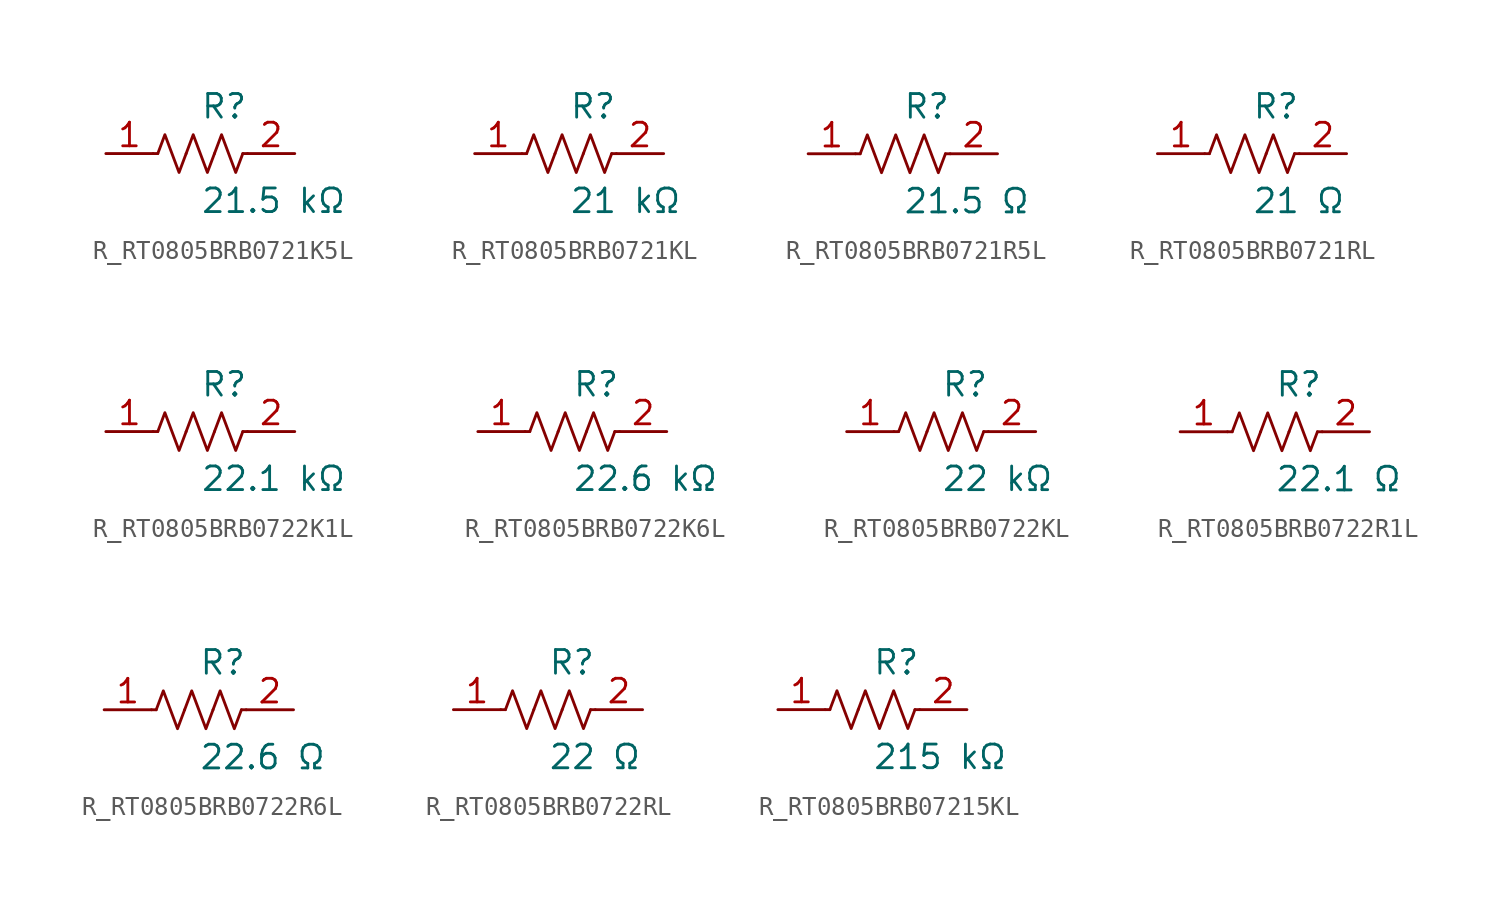
<source format=kicad_sym>
(kicad_symbol_lib
  (version 20231120)
  (generator kicad_symbol_editor)
  (generator_version 8.0)
  (symbol "R_RT0805BRB0721K5L"
    (pin_names
      (offset 0.254))
    (property "Reference" "R"
      (at 0 2.54 0)
      (effects (font (size 1.27 1.27)) (justify left)))
    (property "Value" "21.5 kΩ"
      (at 0 -2.54 0)
      (effects (font (size 1.27 1.27)) (justify left)))
    (symbol "R_RT0805BRB0721K5L_0_1"
      (polyline (pts (xy 2.286 0) (xy 2.54 0)) (stroke (width 0) (type default)) (fill (type none)))
      (polyline (pts (xy -2.286 0) (xy -2.54 0)) (stroke (width 0) (type default)) (fill (type none)))
      (polyline (pts (xy 0.762 0) (xy 1.143 1.016) (xy 1.524 0) (xy 1.905 -1.016) (xy 2.286 0)) (stroke (width 0) (type default)) (fill (type none)))
      (polyline (pts (xy -0.762 0) (xy -0.381 1.016) (xy 0 0) (xy 0.381 -1.016) (xy 0.762 0)) (stroke (width 0) (type default)) (fill (type none)))
      (polyline (pts (xy -2.286 0) (xy -1.905 1.016) (xy -1.524 0) (xy -1.143 -1.016) (xy -0.762 0)) (stroke (width 0) (type default)) (fill (type none))))
    (pin unspecified line
      (at -5.08 0 0)
      (length 2.54)
      (name "" (effects (font (size 1.27 1.27))))
      (number "1" (effects (font (size 1.27 1.27)))))
    (pin unspecified line
      (at 5.08 0 180)
      (length 2.54)
      (name "" (effects (font (size 1.27 1.27))))
      (number "2" (effects (font (size 1.27 1.27))))))
  (symbol "R_RT0805BRB0721KL"
    (pin_names
      (offset 0.254))
    (property "Reference" "R"
      (at 0 2.54 0)
      (effects (font (size 1.27 1.27)) (justify left)))
    (property "Value" "21 kΩ"
      (at 0 -2.54 0)
      (effects (font (size 1.27 1.27)) (justify left)))
    (symbol "R_RT0805BRB0721KL_0_1"
      (polyline (pts (xy 2.286 0) (xy 2.54 0)) (stroke (width 0) (type default)) (fill (type none)))
      (polyline (pts (xy -2.286 0) (xy -2.54 0)) (stroke (width 0) (type default)) (fill (type none)))
      (polyline (pts (xy 0.762 0) (xy 1.143 1.016) (xy 1.524 0) (xy 1.905 -1.016) (xy 2.286 0)) (stroke (width 0) (type default)) (fill (type none)))
      (polyline (pts (xy -0.762 0) (xy -0.381 1.016) (xy 0 0) (xy 0.381 -1.016) (xy 0.762 0)) (stroke (width 0) (type default)) (fill (type none)))
      (polyline (pts (xy -2.286 0) (xy -1.905 1.016) (xy -1.524 0) (xy -1.143 -1.016) (xy -0.762 0)) (stroke (width 0) (type default)) (fill (type none))))
    (pin unspecified line
      (at -5.08 0 0)
      (length 2.54)
      (name "" (effects (font (size 1.27 1.27))))
      (number "1" (effects (font (size 1.27 1.27)))))
    (pin unspecified line
      (at 5.08 0 180)
      (length 2.54)
      (name "" (effects (font (size 1.27 1.27))))
      (number "2" (effects (font (size 1.27 1.27))))))
  (symbol "R_RT0805BRB0721R5L"
    (pin_names
      (offset 0.254))
    (property "Reference" "R"
      (at 0 2.54 0)
      (effects (font (size 1.27 1.27)) (justify left)))
    (property "Value" "21.5 Ω"
      (at 0 -2.54 0)
      (effects (font (size 1.27 1.27)) (justify left)))
    (symbol "R_RT0805BRB0721R5L_0_1"
      (polyline (pts (xy 2.286 0) (xy 2.54 0)) (stroke (width 0) (type default)) (fill (type none)))
      (polyline (pts (xy -2.286 0) (xy -2.54 0)) (stroke (width 0) (type default)) (fill (type none)))
      (polyline (pts (xy 0.762 0) (xy 1.143 1.016) (xy 1.524 0) (xy 1.905 -1.016) (xy 2.286 0)) (stroke (width 0) (type default)) (fill (type none)))
      (polyline (pts (xy -0.762 0) (xy -0.381 1.016) (xy 0 0) (xy 0.381 -1.016) (xy 0.762 0)) (stroke (width 0) (type default)) (fill (type none)))
      (polyline (pts (xy -2.286 0) (xy -1.905 1.016) (xy -1.524 0) (xy -1.143 -1.016) (xy -0.762 0)) (stroke (width 0) (type default)) (fill (type none))))
    (pin unspecified line
      (at -5.08 0 0)
      (length 2.54)
      (name "" (effects (font (size 1.27 1.27))))
      (number "1" (effects (font (size 1.27 1.27)))))
    (pin unspecified line
      (at 5.08 0 180)
      (length 2.54)
      (name "" (effects (font (size 1.27 1.27))))
      (number "2" (effects (font (size 1.27 1.27))))))
  (symbol "R_RT0805BRB0721RL"
    (pin_names
      (offset 0.254))
    (property "Reference" "R"
      (at 0 2.54 0)
      (effects (font (size 1.27 1.27)) (justify left)))
    (property "Value" "21 Ω"
      (at 0 -2.54 0)
      (effects (font (size 1.27 1.27)) (justify left)))
    (symbol "R_RT0805BRB0721RL_0_1"
      (polyline (pts (xy 2.286 0) (xy 2.54 0)) (stroke (width 0) (type default)) (fill (type none)))
      (polyline (pts (xy -2.286 0) (xy -2.54 0)) (stroke (width 0) (type default)) (fill (type none)))
      (polyline (pts (xy 0.762 0) (xy 1.143 1.016) (xy 1.524 0) (xy 1.905 -1.016) (xy 2.286 0)) (stroke (width 0) (type default)) (fill (type none)))
      (polyline (pts (xy -0.762 0) (xy -0.381 1.016) (xy 0 0) (xy 0.381 -1.016) (xy 0.762 0)) (stroke (width 0) (type default)) (fill (type none)))
      (polyline (pts (xy -2.286 0) (xy -1.905 1.016) (xy -1.524 0) (xy -1.143 -1.016) (xy -0.762 0)) (stroke (width 0) (type default)) (fill (type none))))
    (pin unspecified line
      (at -5.08 0 0)
      (length 2.54)
      (name "" (effects (font (size 1.27 1.27))))
      (number "1" (effects (font (size 1.27 1.27)))))
    (pin unspecified line
      (at 5.08 0 180)
      (length 2.54)
      (name "" (effects (font (size 1.27 1.27))))
      (number "2" (effects (font (size 1.27 1.27))))))
  (symbol "R_RT0805BRB0722K1L"
    (pin_names
      (offset 0.254))
    (property "Reference" "R"
      (at 0 2.54 0)
      (effects (font (size 1.27 1.27)) (justify left)))
    (property "Value" "22.1 kΩ"
      (at 0 -2.54 0)
      (effects (font (size 1.27 1.27)) (justify left)))
    (symbol "R_RT0805BRB0722K1L_0_1"
      (polyline (pts (xy 2.286 0) (xy 2.54 0)) (stroke (width 0) (type default)) (fill (type none)))
      (polyline (pts (xy -2.286 0) (xy -2.54 0)) (stroke (width 0) (type default)) (fill (type none)))
      (polyline (pts (xy 0.762 0) (xy 1.143 1.016) (xy 1.524 0) (xy 1.905 -1.016) (xy 2.286 0)) (stroke (width 0) (type default)) (fill (type none)))
      (polyline (pts (xy -0.762 0) (xy -0.381 1.016) (xy 0 0) (xy 0.381 -1.016) (xy 0.762 0)) (stroke (width 0) (type default)) (fill (type none)))
      (polyline (pts (xy -2.286 0) (xy -1.905 1.016) (xy -1.524 0) (xy -1.143 -1.016) (xy -0.762 0)) (stroke (width 0) (type default)) (fill (type none))))
    (pin unspecified line
      (at -5.08 0 0)
      (length 2.54)
      (name "" (effects (font (size 1.27 1.27))))
      (number "1" (effects (font (size 1.27 1.27)))))
    (pin unspecified line
      (at 5.08 0 180)
      (length 2.54)
      (name "" (effects (font (size 1.27 1.27))))
      (number "2" (effects (font (size 1.27 1.27))))))
  (symbol "R_RT0805BRB0722K6L"
    (pin_names
      (offset 0.254))
    (property "Reference" "R"
      (at 0 2.54 0)
      (effects (font (size 1.27 1.27)) (justify left)))
    (property "Value" "22.6 kΩ"
      (at 0 -2.54 0)
      (effects (font (size 1.27 1.27)) (justify left)))
    (symbol "R_RT0805BRB0722K6L_0_1"
      (polyline (pts (xy 2.286 0) (xy 2.54 0)) (stroke (width 0) (type default)) (fill (type none)))
      (polyline (pts (xy -2.286 0) (xy -2.54 0)) (stroke (width 0) (type default)) (fill (type none)))
      (polyline (pts (xy 0.762 0) (xy 1.143 1.016) (xy 1.524 0) (xy 1.905 -1.016) (xy 2.286 0)) (stroke (width 0) (type default)) (fill (type none)))
      (polyline (pts (xy -0.762 0) (xy -0.381 1.016) (xy 0 0) (xy 0.381 -1.016) (xy 0.762 0)) (stroke (width 0) (type default)) (fill (type none)))
      (polyline (pts (xy -2.286 0) (xy -1.905 1.016) (xy -1.524 0) (xy -1.143 -1.016) (xy -0.762 0)) (stroke (width 0) (type default)) (fill (type none))))
    (pin unspecified line
      (at -5.08 0 0)
      (length 2.54)
      (name "" (effects (font (size 1.27 1.27))))
      (number "1" (effects (font (size 1.27 1.27)))))
    (pin unspecified line
      (at 5.08 0 180)
      (length 2.54)
      (name "" (effects (font (size 1.27 1.27))))
      (number "2" (effects (font (size 1.27 1.27))))))
  (symbol "R_RT0805BRB0722KL"
    (pin_names
      (offset 0.254))
    (property "Reference" "R"
      (at 0 2.54 0)
      (effects (font (size 1.27 1.27)) (justify left)))
    (property "Value" "22 kΩ"
      (at 0 -2.54 0)
      (effects (font (size 1.27 1.27)) (justify left)))
    (symbol "R_RT0805BRB0722KL_0_1"
      (polyline (pts (xy 2.286 0) (xy 2.54 0)) (stroke (width 0) (type default)) (fill (type none)))
      (polyline (pts (xy -2.286 0) (xy -2.54 0)) (stroke (width 0) (type default)) (fill (type none)))
      (polyline (pts (xy 0.762 0) (xy 1.143 1.016) (xy 1.524 0) (xy 1.905 -1.016) (xy 2.286 0)) (stroke (width 0) (type default)) (fill (type none)))
      (polyline (pts (xy -0.762 0) (xy -0.381 1.016) (xy 0 0) (xy 0.381 -1.016) (xy 0.762 0)) (stroke (width 0) (type default)) (fill (type none)))
      (polyline (pts (xy -2.286 0) (xy -1.905 1.016) (xy -1.524 0) (xy -1.143 -1.016) (xy -0.762 0)) (stroke (width 0) (type default)) (fill (type none))))
    (pin unspecified line
      (at -5.08 0 0)
      (length 2.54)
      (name "" (effects (font (size 1.27 1.27))))
      (number "1" (effects (font (size 1.27 1.27)))))
    (pin unspecified line
      (at 5.08 0 180)
      (length 2.54)
      (name "" (effects (font (size 1.27 1.27))))
      (number "2" (effects (font (size 1.27 1.27))))))
  (symbol "R_RT0805BRB0722R1L"
    (pin_names
      (offset 0.254))
    (property "Reference" "R"
      (at 0 2.54 0)
      (effects (font (size 1.27 1.27)) (justify left)))
    (property "Value" "22.1 Ω"
      (at 0 -2.54 0)
      (effects (font (size 1.27 1.27)) (justify left)))
    (symbol "R_RT0805BRB0722R1L_0_1"
      (polyline (pts (xy 2.286 0) (xy 2.54 0)) (stroke (width 0) (type default)) (fill (type none)))
      (polyline (pts (xy -2.286 0) (xy -2.54 0)) (stroke (width 0) (type default)) (fill (type none)))
      (polyline (pts (xy 0.762 0) (xy 1.143 1.016) (xy 1.524 0) (xy 1.905 -1.016) (xy 2.286 0)) (stroke (width 0) (type default)) (fill (type none)))
      (polyline (pts (xy -0.762 0) (xy -0.381 1.016) (xy 0 0) (xy 0.381 -1.016) (xy 0.762 0)) (stroke (width 0) (type default)) (fill (type none)))
      (polyline (pts (xy -2.286 0) (xy -1.905 1.016) (xy -1.524 0) (xy -1.143 -1.016) (xy -0.762 0)) (stroke (width 0) (type default)) (fill (type none))))
    (pin unspecified line
      (at -5.08 0 0)
      (length 2.54)
      (name "" (effects (font (size 1.27 1.27))))
      (number "1" (effects (font (size 1.27 1.27)))))
    (pin unspecified line
      (at 5.08 0 180)
      (length 2.54)
      (name "" (effects (font (size 1.27 1.27))))
      (number "2" (effects (font (size 1.27 1.27))))))
  (symbol "R_RT0805BRB0722R6L"
    (pin_names
      (offset 0.254))
    (property "Reference" "R"
      (at 0 2.54 0)
      (effects (font (size 1.27 1.27)) (justify left)))
    (property "Value" "22.6 Ω"
      (at 0 -2.54 0)
      (effects (font (size 1.27 1.27)) (justify left)))
    (symbol "R_RT0805BRB0722R6L_0_1"
      (polyline (pts (xy 2.286 0) (xy 2.54 0)) (stroke (width 0) (type default)) (fill (type none)))
      (polyline (pts (xy -2.286 0) (xy -2.54 0)) (stroke (width 0) (type default)) (fill (type none)))
      (polyline (pts (xy 0.762 0) (xy 1.143 1.016) (xy 1.524 0) (xy 1.905 -1.016) (xy 2.286 0)) (stroke (width 0) (type default)) (fill (type none)))
      (polyline (pts (xy -0.762 0) (xy -0.381 1.016) (xy 0 0) (xy 0.381 -1.016) (xy 0.762 0)) (stroke (width 0) (type default)) (fill (type none)))
      (polyline (pts (xy -2.286 0) (xy -1.905 1.016) (xy -1.524 0) (xy -1.143 -1.016) (xy -0.762 0)) (stroke (width 0) (type default)) (fill (type none))))
    (pin unspecified line
      (at -5.08 0 0)
      (length 2.54)
      (name "" (effects (font (size 1.27 1.27))))
      (number "1" (effects (font (size 1.27 1.27)))))
    (pin unspecified line
      (at 5.08 0 180)
      (length 2.54)
      (name "" (effects (font (size 1.27 1.27))))
      (number "2" (effects (font (size 1.27 1.27))))))
  (symbol "R_RT0805BRB0722RL"
    (pin_names
      (offset 0.254))
    (property "Reference" "R"
      (at 0 2.54 0)
      (effects (font (size 1.27 1.27)) (justify left)))
    (property "Value" "22 Ω"
      (at 0 -2.54 0)
      (effects (font (size 1.27 1.27)) (justify left)))
    (symbol "R_RT0805BRB0722RL_0_1"
      (polyline (pts (xy 2.286 0) (xy 2.54 0)) (stroke (width 0) (type default)) (fill (type none)))
      (polyline (pts (xy -2.286 0) (xy -2.54 0)) (stroke (width 0) (type default)) (fill (type none)))
      (polyline (pts (xy 0.762 0) (xy 1.143 1.016) (xy 1.524 0) (xy 1.905 -1.016) (xy 2.286 0)) (stroke (width 0) (type default)) (fill (type none)))
      (polyline (pts (xy -0.762 0) (xy -0.381 1.016) (xy 0 0) (xy 0.381 -1.016) (xy 0.762 0)) (stroke (width 0) (type default)) (fill (type none)))
      (polyline (pts (xy -2.286 0) (xy -1.905 1.016) (xy -1.524 0) (xy -1.143 -1.016) (xy -0.762 0)) (stroke (width 0) (type default)) (fill (type none))))
    (pin unspecified line
      (at -5.08 0 0)
      (length 2.54)
      (name "" (effects (font (size 1.27 1.27))))
      (number "1" (effects (font (size 1.27 1.27)))))
    (pin unspecified line
      (at 5.08 0 180)
      (length 2.54)
      (name "" (effects (font (size 1.27 1.27))))
      (number "2" (effects (font (size 1.27 1.27))))))
  (symbol "R_RT0805BRB07215KL"
    (pin_names
      (offset 0.254))
    (property "Reference" "R"
      (at 0 2.54 0)
      (effects (font (size 1.27 1.27)) (justify left)))
    (property "Value" "215 kΩ"
      (at 0 -2.54 0)
      (effects (font (size 1.27 1.27)) (justify left)))
    (symbol "R_RT0805BRB07215KL_0_1"
      (polyline (pts (xy 2.286 0) (xy 2.54 0)) (stroke (width 0) (type default)) (fill (type none)))
      (polyline (pts (xy -2.286 0) (xy -2.54 0)) (stroke (width 0) (type default)) (fill (type none)))
      (polyline (pts (xy 0.762 0) (xy 1.143 1.016) (xy 1.524 0) (xy 1.905 -1.016) (xy 2.286 0)) (stroke (width 0) (type default)) (fill (type none)))
      (polyline (pts (xy -0.762 0) (xy -0.381 1.016) (xy 0 0) (xy 0.381 -1.016) (xy 0.762 0)) (stroke (width 0) (type default)) (fill (type none)))
      (polyline (pts (xy -2.286 0) (xy -1.905 1.016) (xy -1.524 0) (xy -1.143 -1.016) (xy -0.762 0)) (stroke (width 0) (type default)) (fill (type none))))
    (pin unspecified line
      (at -5.08 0 0)
      (length 2.54)
      (name "" (effects (font (size 1.27 1.27))))
      (number "1" (effects (font (size 1.27 1.27)))))
    (pin unspecified line
      (at 5.08 0 180)
      (length 2.54)
      (name "" (effects (font (size 1.27 1.27))))
      (number "2" (effects (font (size 1.27 1.27)))))))
</source>
